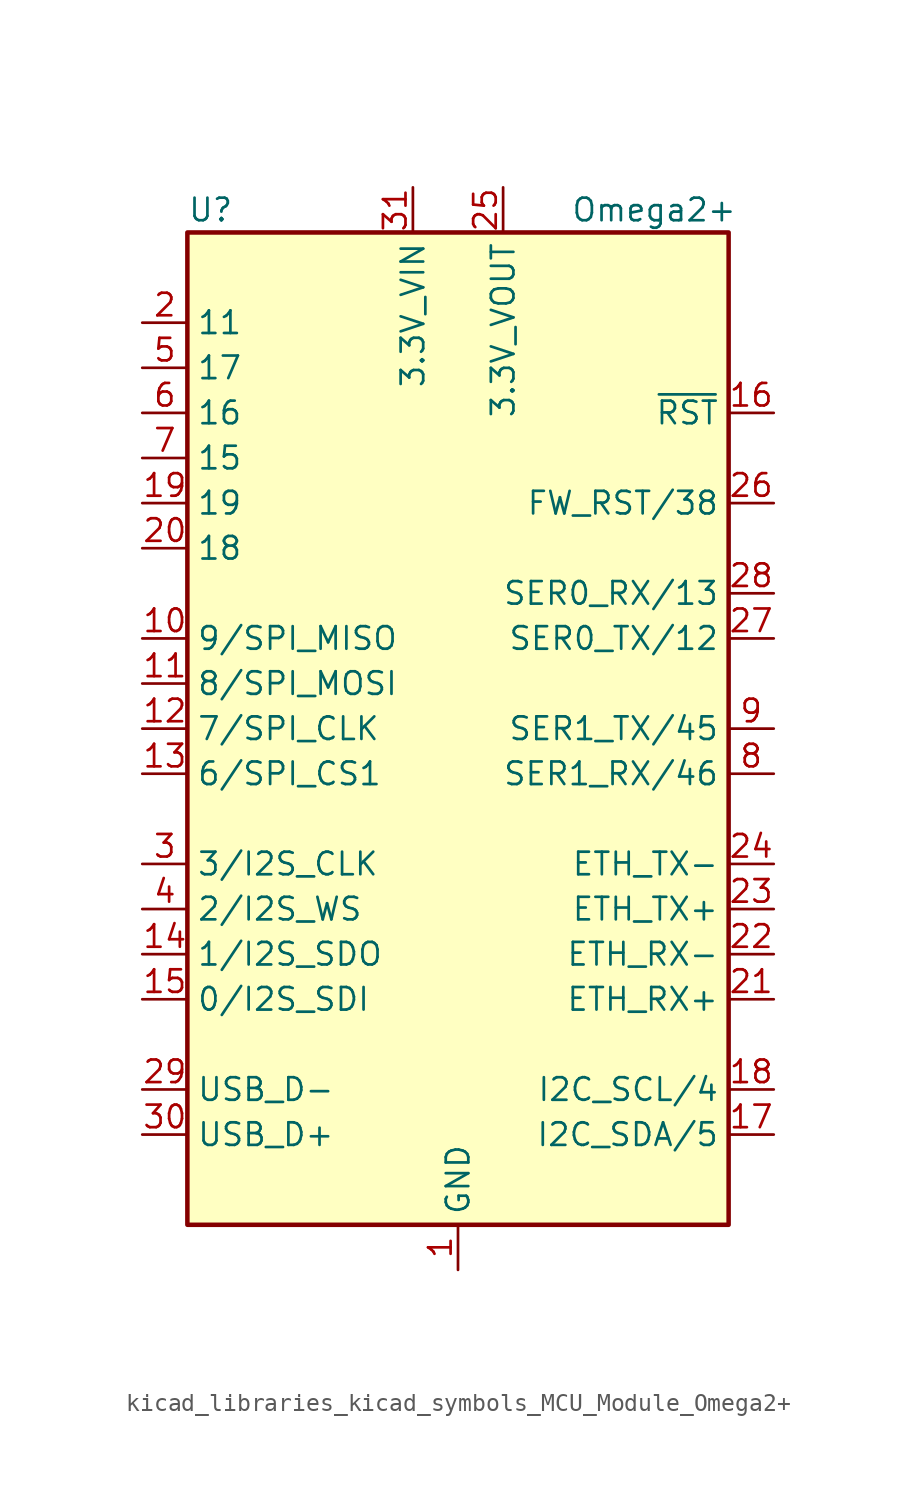
<source format=kicad_sym>
(kicad_symbol_lib
  (version 20220914)
  (generator kicad_symbol_editor)
  (symbol "kicad_libraries_kicad_symbols_MCU_Module_Omega2+"
    (property "Reference" "U"
      (at -15.24 29.21 0)
      (effects (font (size 1.27 1.27)) (justify left)))
    (property "Value" "Omega2+"
      (at 6.35 29.21 0)
      (effects (font (size 1.27 1.27)) (justify left)))
    (symbol "kicad_libraries_kicad_symbols_MCU_Module_Omega2+_0_1"
      (rectangle (start -15.24 27.94) (end 15.24 -27.94) (stroke (width 0.254) (type default)) (fill (type background))))
    (symbol "kicad_libraries_kicad_symbols_MCU_Module_Omega2+_1_1"
      (pin power_in line (at 0 -30.48 90) (length 2.54) (name "GND" (effects (font (size 1.27 1.27)))) (number "1" (effects (font (size 1.27 1.27)))))
      (pin bidirectional line (at -17.78 5.08 0) (length 2.54) (name "9/SPI_MISO" (effects (font (size 1.27 1.27)))) (number "10" (effects (font (size 1.27 1.27)))))
      (pin bidirectional line (at -17.78 2.54 0) (length 2.54) (name "8/SPI_MOSI" (effects (font (size 1.27 1.27)))) (number "11" (effects (font (size 1.27 1.27)))))
      (pin bidirectional line (at -17.78 0 0) (length 2.54) (name "7/SPI_CLK" (effects (font (size 1.27 1.27)))) (number "12" (effects (font (size 1.27 1.27)))))
      (pin bidirectional line (at -17.78 -2.54 0) (length 2.54) (name "6/SPI_CS1" (effects (font (size 1.27 1.27)))) (number "13" (effects (font (size 1.27 1.27)))))
      (pin bidirectional line (at -17.78 -12.7 0) (length 2.54) (name "1/I2S_SDO" (effects (font (size 1.27 1.27)))) (number "14" (effects (font (size 1.27 1.27)))))
      (pin bidirectional line (at -17.78 -15.24 0) (length 2.54) (name "0/I2S_SDI" (effects (font (size 1.27 1.27)))) (number "15" (effects (font (size 1.27 1.27)))))
      (pin input line (at 17.78 17.78 180) (length 2.54) (name "~{RST}" (effects (font (size 1.27 1.27)))) (number "16" (effects (font (size 1.27 1.27)))))
      (pin bidirectional line (at 17.78 -22.86 180) (length 2.54) (name "I2C_SDA/5" (effects (font (size 1.27 1.27)))) (number "17" (effects (font (size 1.27 1.27)))))
      (pin bidirectional line (at 17.78 -20.32 180) (length 2.54) (name "I2C_SCL/4" (effects (font (size 1.27 1.27)))) (number "18" (effects (font (size 1.27 1.27)))))
      (pin bidirectional line (at -17.78 12.7 0) (length 2.54) (name "19" (effects (font (size 1.27 1.27)))) (number "19" (effects (font (size 1.27 1.27)))))
      (pin bidirectional line (at -17.78 22.86 0) (length 2.54) (name "11" (effects (font (size 1.27 1.27)))) (number "2" (effects (font (size 1.27 1.27)))))
      (pin bidirectional line (at -17.78 10.16 0) (length 2.54) (name "18" (effects (font (size 1.27 1.27)))) (number "20" (effects (font (size 1.27 1.27)))))
      (pin input line (at 17.78 -15.24 180) (length 2.54) (name "ETH_RX+" (effects (font (size 1.27 1.27)))) (number "21" (effects (font (size 1.27 1.27)))))
      (pin input line (at 17.78 -12.7 180) (length 2.54) (name "ETH_RX-" (effects (font (size 1.27 1.27)))) (number "22" (effects (font (size 1.27 1.27)))))
      (pin output line (at 17.78 -10.16 180) (length 2.54) (name "ETH_TX+" (effects (font (size 1.27 1.27)))) (number "23" (effects (font (size 1.27 1.27)))))
      (pin output line (at 17.78 -7.62 180) (length 2.54) (name "ETH_TX-" (effects (font (size 1.27 1.27)))) (number "24" (effects (font (size 1.27 1.27)))))
      (pin power_out line (at 2.54 30.48 270) (length 2.54) (name "3.3V_VOUT" (effects (font (size 1.27 1.27)))) (number "25" (effects (font (size 1.27 1.27)))))
      (pin bidirectional line (at 17.78 12.7 180) (length 2.54) (name "FW_RST/38" (effects (font (size 1.27 1.27)))) (number "26" (effects (font (size 1.27 1.27)))))
      (pin bidirectional line (at 17.78 5.08 180) (length 2.54) (name "SER0_TX/12" (effects (font (size 1.27 1.27)))) (number "27" (effects (font (size 1.27 1.27)))))
      (pin bidirectional line (at 17.78 7.62 180) (length 2.54) (name "SER0_RX/13" (effects (font (size 1.27 1.27)))) (number "28" (effects (font (size 1.27 1.27)))))
      (pin bidirectional line (at -17.78 -20.32 0) (length 2.54) (name "USB_D-" (effects (font (size 1.27 1.27)))) (number "29" (effects (font (size 1.27 1.27)))))
      (pin bidirectional line (at -17.78 -7.62 0) (length 2.54) (name "3/I2S_CLK" (effects (font (size 1.27 1.27)))) (number "3" (effects (font (size 1.27 1.27)))))
      (pin bidirectional line (at -17.78 -22.86 0) (length 2.54) (name "USB_D+" (effects (font (size 1.27 1.27)))) (number "30" (effects (font (size 1.27 1.27)))))
      (pin power_in line (at -2.54 30.48 270) (length 2.54) (name "3.3V_VIN" (effects (font (size 1.27 1.27)))) (number "31" (effects (font (size 1.27 1.27)))))
      (pin passive line (at 0 -30.48 90) (length 2.54) hide (name "GND" (effects (font (size 1.27 1.27)))) (number "32" (effects (font (size 1.27 1.27)))))
      (pin bidirectional line (at -17.78 -10.16 0) (length 2.54) (name "2/I2S_WS" (effects (font (size 1.27 1.27)))) (number "4" (effects (font (size 1.27 1.27)))))
      (pin bidirectional line (at -17.78 20.32 0) (length 2.54) (name "17" (effects (font (size 1.27 1.27)))) (number "5" (effects (font (size 1.27 1.27)))))
      (pin bidirectional line (at -17.78 17.78 0) (length 2.54) (name "16" (effects (font (size 1.27 1.27)))) (number "6" (effects (font (size 1.27 1.27)))))
      (pin bidirectional line (at -17.78 15.24 0) (length 2.54) (name "15" (effects (font (size 1.27 1.27)))) (number "7" (effects (font (size 1.27 1.27)))))
      (pin bidirectional line (at 17.78 -2.54 180) (length 2.54) (name "SER1_RX/46" (effects (font (size 1.27 1.27)))) (number "8" (effects (font (size 1.27 1.27)))))
      (pin bidirectional line (at 17.78 0 180) (length 2.54) (name "SER1_TX/45" (effects (font (size 1.27 1.27)))) (number "9" (effects (font (size 1.27 1.27))))))))
</source>
